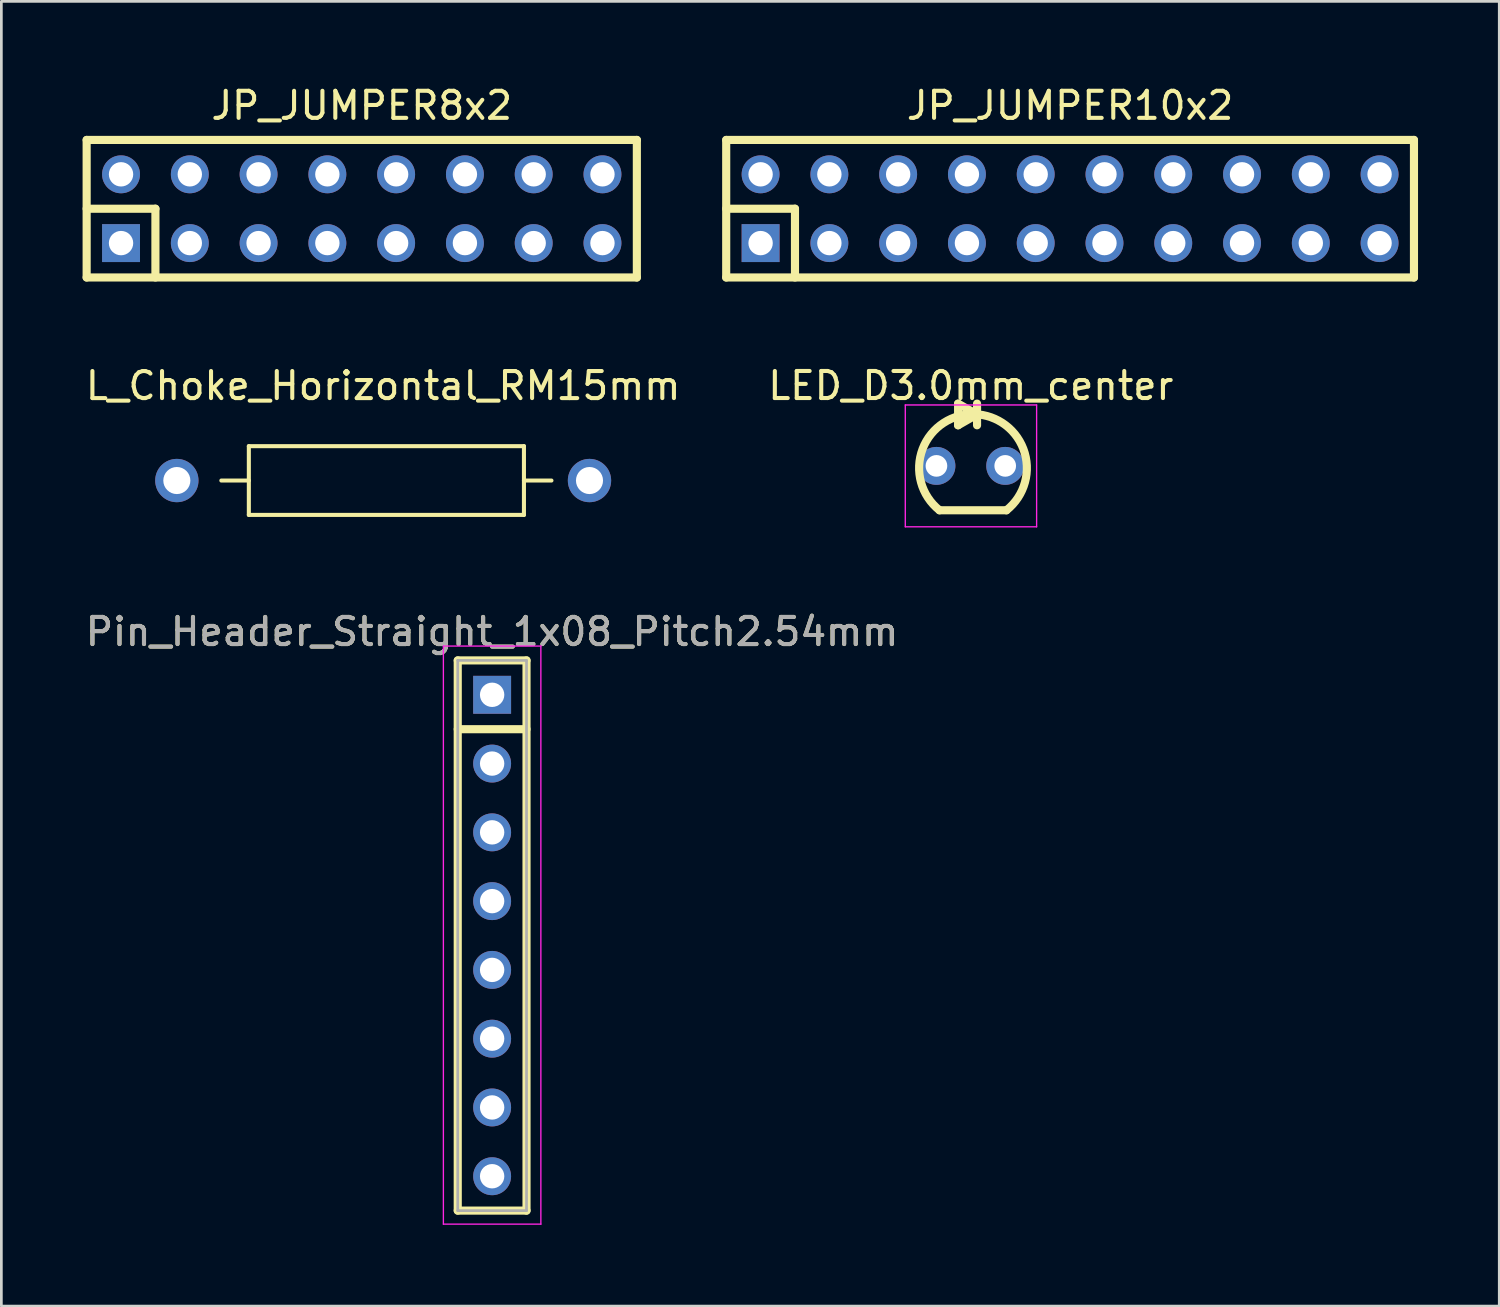
<source format=kicad_pcb>
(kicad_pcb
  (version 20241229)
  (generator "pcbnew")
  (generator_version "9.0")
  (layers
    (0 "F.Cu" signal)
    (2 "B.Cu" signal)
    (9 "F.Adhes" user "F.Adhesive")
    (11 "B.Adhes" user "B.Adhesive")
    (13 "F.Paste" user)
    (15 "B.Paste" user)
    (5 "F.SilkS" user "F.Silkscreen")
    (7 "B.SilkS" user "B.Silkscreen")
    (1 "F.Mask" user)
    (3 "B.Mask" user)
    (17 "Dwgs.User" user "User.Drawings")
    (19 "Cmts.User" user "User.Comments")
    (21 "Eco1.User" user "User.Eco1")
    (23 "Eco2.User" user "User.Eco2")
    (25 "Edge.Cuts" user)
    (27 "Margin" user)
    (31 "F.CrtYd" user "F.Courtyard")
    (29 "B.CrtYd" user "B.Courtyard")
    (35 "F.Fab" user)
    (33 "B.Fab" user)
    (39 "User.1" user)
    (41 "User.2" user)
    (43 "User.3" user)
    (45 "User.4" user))
  (footprint "JP_JUMPER8x2"
    (layer "F.Cu")
    (at 10.31 4.658)
    (property "Reference" "JP_JUMPER8x2" (at 0 -3.81 0) (layer "F.SilkS") (effects (font (size 1 1) (thickness 0.15))))
    (attr through_hole)
    (fp_line (start -10.16 -2.54) (end -10.16 2.54) (stroke (width 0.3) (type solid)) (layer "F.SilkS"))
    (fp_line (start -10.16 0) (end -7.62 0) (stroke (width 0.3) (type solid)) (layer "F.SilkS"))
    (fp_line (start -10.16 2.54) (end 10.16 2.54) (stroke (width 0.3) (type solid)) (layer "F.SilkS"))
    (fp_line (start -7.62 0) (end -7.62 2.54) (stroke (width 0.3) (type solid)) (layer "F.SilkS"))
    (fp_line (start 10.16 -2.54) (end -10.16 -2.54) (stroke (width 0.3) (type solid)) (layer "F.SilkS"))
    (fp_line (start 10.16 2.54) (end 10.16 -2.54) (stroke (width 0.3) (type solid)) (layer "F.SilkS"))
    (pad "1" thru_hole rect (at -8.89 1.27) (size 1.4 1.4) (drill 0.9) (layers "*.Cu" "*.Mask"))
    (pad "2" thru_hole circle (at -6.35 1.27) (size 1.4 1.4) (drill 0.9) (layers "*.Cu" "*.Mask"))
    (pad "3" thru_hole circle (at -3.81 1.27) (size 1.4 1.4) (drill 0.9) (layers "*.Cu" "*.Mask"))
    (pad "4" thru_hole circle (at -1.27 1.27) (size 1.4 1.4) (drill 0.9) (layers "*.Cu" "*.Mask"))
    (pad "5" thru_hole circle (at 1.27 1.27) (size 1.4 1.4) (drill 0.9) (layers "*.Cu" "*.Mask"))
    (pad "6" thru_hole circle (at 3.81 1.27) (size 1.4 1.4) (drill 0.9) (layers "*.Cu" "*.Mask"))
    (pad "7" thru_hole circle (at 6.35 1.27) (size 1.4 1.4) (drill 0.9) (layers "*.Cu" "*.Mask"))
    (pad "8" thru_hole circle (at 8.89 1.27) (size 1.4 1.4) (drill 0.9) (layers "*.Cu" "*.Mask"))
    (pad "9" thru_hole circle (at 8.89 -1.27) (size 1.4 1.4) (drill 0.9) (layers "*.Cu" "*.Mask"))
    (pad "10" thru_hole circle (at 6.35 -1.27) (size 1.4 1.4) (drill 0.9) (layers "*.Cu" "*.Mask"))
    (pad "11" thru_hole circle (at 3.81 -1.27) (size 1.4 1.4) (drill 0.9) (layers "*.Cu" "*.Mask"))
    (pad "12" thru_hole circle (at 1.27 -1.27) (size 1.4 1.4) (drill 0.9) (layers "*.Cu" "*.Mask"))
    (pad "13" thru_hole circle (at -1.27 -1.27) (size 1.4 1.4) (drill 0.9) (layers "*.Cu" "*.Mask"))
    (pad "14" thru_hole circle (at -3.81 -1.27) (size 1.4 1.4) (drill 0.9) (layers "*.Cu" "*.Mask"))
    (pad "15" thru_hole circle (at -6.35 -1.27) (size 1.4 1.4) (drill 0.9) (layers "*.Cu" "*.Mask"))
    (pad "16" thru_hole circle (at -8.89 -1.27) (size 1.4 1.4) (drill 0.9) (layers "*.Cu" "*.Mask")))
  (footprint "L_Choke_Horizontal_RM15mm"
    (layer "F.Cu")
    (at 11.101 14.697)
    (property "Reference" "L_Choke_Horizontal_RM15mm" (at 0 -3.5 0) (layer "F.SilkS") (effects (font (size 1 1) (thickness 0.15))))
    (attr through_hole)
    (fp_line (start -4.961 -1.27) (end 5.199 -1.27) (stroke (width 0.15) (type solid)) (layer "F.SilkS"))
    (fp_line (start -4.961 0) (end -5.977 0) (stroke (width 0.15) (type solid)) (layer "F.SilkS"))
    (fp_line (start -4.961 1.27) (end -4.961 -1.27) (stroke (width 0.15) (type solid)) (layer "F.SilkS"))
    (fp_line (start 5.199 -1.27) (end 5.199 1.27) (stroke (width 0.15) (type solid)) (layer "F.SilkS"))
    (fp_line (start 5.199 0) (end 6.215 0) (stroke (width 0.15) (type solid)) (layer "F.SilkS"))
    (fp_line (start 5.199 1.27) (end -4.961 1.27) (stroke (width 0.15) (type solid)) (layer "F.SilkS"))
    (pad "1" thru_hole circle (at -7.62 0) (size 1.6 1.6) (drill 1) (layers "*.Cu" "*.Mask"))
    (pad "2" thru_hole circle (at 7.62 0) (size 1.6 1.6) (drill 1) (layers "*.Cu" "*.Mask")))
  (footprint "Pin_Header_Straight_1x08_Pitch2.54mm"
    (layer "F.Cu")
    (at 15.125 22.61)
    (property "Reference" "Pin_Header_Straight_1x08_Pitch2.54mm" (at 0 -2.33 0) (layer "F.SilkS") (effects (font (size 1 1) (thickness 0.15))))
    (attr through_hole)
    (fp_line (start -1.27 -1.27) (end -1.27 19.05) (stroke (width 0.3) (type solid)) (layer "F.SilkS"))
    (fp_line (start -1.27 1.27) (end 1.27 1.27) (stroke (width 0.3) (type solid)) (layer "F.SilkS"))
    (fp_line (start -1.27 19.05) (end 1.27 19.05) (stroke (width 0.3) (type solid)) (layer "F.SilkS"))
    (fp_line (start 1.27 -1.27) (end -1.27 -1.27) (stroke (width 0.3) (type solid)) (layer "F.SilkS"))
    (fp_line (start 1.27 19.05) (end 1.27 -1.27) (stroke (width 0.3) (type solid)) (layer "F.SilkS"))
    (fp_line (start -1.8 -1.8) (end -1.8 19.55) (stroke (width 0.05) (type solid)) (layer "F.CrtYd"))
    (fp_line (start -1.8 19.55) (end 1.8 19.55) (stroke (width 0.05) (type solid)) (layer "F.CrtYd"))
    (fp_line (start 1.8 -1.8) (end -1.8 -1.8) (stroke (width 0.05) (type solid)) (layer "F.CrtYd"))
    (fp_line (start 1.8 19.55) (end 1.8 -1.8) (stroke (width 0.05) (type solid)) (layer "F.CrtYd"))
    (fp_line (start -1.27 -1.27) (end -1.27 19.05) (stroke (width 0.1) (type solid)) (layer "F.Fab"))
    (fp_line (start -1.27 19.05) (end 1.27 19.05) (stroke (width 0.1) (type solid)) (layer "F.Fab"))
    (fp_line (start 1.27 -1.27) (end -1.27 -1.27) (stroke (width 0.1) (type solid)) (layer "F.Fab"))
    (fp_line (start 1.27 19.05) (end 1.27 -1.27) (stroke (width 0.1) (type solid)) (layer "F.Fab"))
    (fp_text user "${REFERENCE}" (at 0 -2.33 0) (layer "F.Fab") (effects (font (size 1 1) (thickness 0.15))))
    (pad "1" thru_hole rect (at 0 0) (size 1.4 1.4) (drill 0.9) (layers "*.Cu" "*.Mask"))
    (pad "2" thru_hole oval (at 0 2.54) (size 1.4 1.4) (drill 0.9) (layers "*.Cu" "*.Mask"))
    (pad "3" thru_hole oval (at 0 5.08) (size 1.4 1.4) (drill 0.9) (layers "*.Cu" "*.Mask"))
    (pad "4" thru_hole oval (at 0 7.62) (size 1.4 1.4) (drill 0.9) (layers "*.Cu" "*.Mask"))
    (pad "5" thru_hole oval (at 0 10.16) (size 1.4 1.4) (drill 0.9) (layers "*.Cu" "*.Mask"))
    (pad "6" thru_hole oval (at 0 12.7) (size 1.4 1.4) (drill 0.9) (layers "*.Cu" "*.Mask"))
    (pad "7" thru_hole oval (at 0 15.24) (size 1.4 1.4) (drill 0.9) (layers "*.Cu" "*.Mask"))
    (pad "8" thru_hole oval (at 0 17.78) (size 1.4 1.4) (drill 0.9) (layers "*.Cu" "*.Mask")))
  (footprint "LED_D3.0mm_center"
    (layer "F.Cu")
    (at 32.804 14.156)
    (property "Reference" "LED_D3.0mm_center" (at 0 -2.96 0) (layer "F.SilkS") (effects (font (size 1 1) (thickness 0.15))))
    (attr through_hole)
    (fp_line (start -1.156 1.64) (end 1.316 1.64) (stroke (width 0.3) (type solid)) (layer "F.SilkS"))
    (fp_line (start -0.47 -2.3) (end -0.47 -1.5) (stroke (width 0.3) (type solid)) (layer "F.SilkS"))
    (fp_line (start -0.47 -1.5) (end 0.23 -1.9) (stroke (width 0.3) (type solid)) (layer "F.SilkS"))
    (fp_line (start 0.23 -1.9) (end -0.47 -2.3) (stroke (width 0.3) (type solid)) (layer "F.SilkS"))
    (fp_line (start 0.23 -1.5) (end 0.23 -2.3) (stroke (width 0.3) (type solid)) (layer "F.SilkS"))
    (fp_arc (start -1.155516 1.64) (mid -1.779325 -0.629231) (end 0.197296 -1.90654) (stroke (width 0.3) (type solid)) (layer "F.SilkS"))
    (fp_arc (start -0.037296 -1.90654) (mid 1.939325 -0.629231) (end 1.315516 1.64) (stroke (width 0.3) (type solid)) (layer "F.SilkS"))
    (fp_line (start -2.42 -2.25) (end -2.42 2.25) (stroke (width 0.05) (type solid)) (layer "F.CrtYd"))
    (fp_line (start -2.42 2.25) (end 2.43 2.25) (stroke (width 0.05) (type solid)) (layer "F.CrtYd"))
    (fp_line (start 2.43 -2.25) (end -2.42 -2.25) (stroke (width 0.05) (type solid)) (layer "F.CrtYd"))
    (fp_line (start 2.43 2.25) (end 2.43 -2.25) (stroke (width 0.05) (type solid)) (layer "F.CrtYd"))
    (pad "1" thru_hole circle (at -1.27 0) (size 1.4 1.4) (drill 0.8) (layers "*.Cu" "*.Mask"))
    (pad "2" thru_hole circle (at 1.27 0) (size 1.4 1.4) (drill 0.8) (layers "*.Cu" "*.Mask")))
  (footprint "JP_JUMPER10x2"
    (layer "F.Cu")
    (at 36.47 4.658)
    (property "Reference" "JP_JUMPER10x2" (at 0 -3.81 0) (layer "F.SilkS") (effects (font (size 1 1) (thickness 0.15))))
    (attr through_hole)
    (fp_line (start -12.7 -2.54) (end -12.7 2.54) (stroke (width 0.3) (type solid)) (layer "F.SilkS"))
    (fp_line (start -12.7 0) (end -10.16 0) (stroke (width 0.3) (type solid)) (layer "F.SilkS"))
    (fp_line (start -12.7 2.54) (end 12.7 2.54) (stroke (width 0.3) (type solid)) (layer "F.SilkS"))
    (fp_line (start -10.16 0) (end -10.16 2.54) (stroke (width 0.3) (type solid)) (layer "F.SilkS"))
    (fp_line (start 12.7 -2.54) (end -12.7 -2.54) (stroke (width 0.3) (type solid)) (layer "F.SilkS"))
    (fp_line (start 12.7 2.54) (end 12.7 -2.54) (stroke (width 0.3) (type solid)) (layer "F.SilkS"))
    (pad "1" thru_hole rect (at -11.43 1.27) (size 1.4 1.4) (drill 0.9) (layers "*.Cu" "*.Mask"))
    (pad "2" thru_hole circle (at -8.89 1.27) (size 1.4 1.4) (drill 0.9) (layers "*.Cu" "*.Mask"))
    (pad "3" thru_hole circle (at -6.35 1.27) (size 1.4 1.4) (drill 0.9) (layers "*.Cu" "*.Mask"))
    (pad "4" thru_hole circle (at -3.81 1.27) (size 1.4 1.4) (drill 0.9) (layers "*.Cu" "*.Mask"))
    (pad "5" thru_hole circle (at -1.27 1.27) (size 1.4 1.4) (drill 0.9) (layers "*.Cu" "*.Mask"))
    (pad "6" thru_hole circle (at 1.27 1.27) (size 1.4 1.4) (drill 0.9) (layers "*.Cu" "*.Mask"))
    (pad "7" thru_hole circle (at 3.81 1.27) (size 1.4 1.4) (drill 0.9) (layers "*.Cu" "*.Mask"))
    (pad "8" thru_hole circle (at 6.35 1.27) (size 1.4 1.4) (drill 0.9) (layers "*.Cu" "*.Mask"))
    (pad "9" thru_hole circle (at 8.89 1.27) (size 1.4 1.4) (drill 0.9) (layers "*.Cu" "*.Mask"))
    (pad "10" thru_hole circle (at 11.43 1.27) (size 1.4 1.4) (drill 0.9) (layers "*.Cu" "*.Mask"))
    (pad "11" thru_hole circle (at 11.43 -1.27) (size 1.4 1.4) (drill 0.9) (layers "*.Cu" "*.Mask"))
    (pad "12" thru_hole circle (at 8.89 -1.27) (size 1.4 1.4) (drill 0.9) (layers "*.Cu" "*.Mask"))
    (pad "13" thru_hole circle (at 6.35 -1.27) (size 1.4 1.4) (drill 0.9) (layers "*.Cu" "*.Mask"))
    (pad "14" thru_hole circle (at 3.81 -1.27) (size 1.4 1.4) (drill 0.9) (layers "*.Cu" "*.Mask"))
    (pad "15" thru_hole circle (at 1.27 -1.27) (size 1.4 1.4) (drill 0.9) (layers "*.Cu" "*.Mask"))
    (pad "16" thru_hole circle (at -1.27 -1.27) (size 1.4 1.4) (drill 0.9) (layers "*.Cu" "*.Mask"))
    (pad "17" thru_hole circle (at -3.81 -1.27) (size 1.4 1.4) (drill 0.9) (layers "*.Cu" "*.Mask"))
    (pad "18" thru_hole circle (at -6.35 -1.27) (size 1.4 1.4) (drill 0.9) (layers "*.Cu" "*.Mask"))
    (pad "19" thru_hole circle (at -8.89 -1.27) (size 1.4 1.4) (drill 0.9) (layers "*.Cu" "*.Mask"))
    (pad "20" thru_hole circle (at -11.43 -1.27) (size 1.4 1.4) (drill 0.9) (layers "*.Cu" "*.Mask")))
  (gr_rect
    (start -3 -3)
    (end 52.32 45.185)
    (stroke (width 0.1) (type default))
    (fill no)
    (layer "Edge.Cuts")))
</source>
